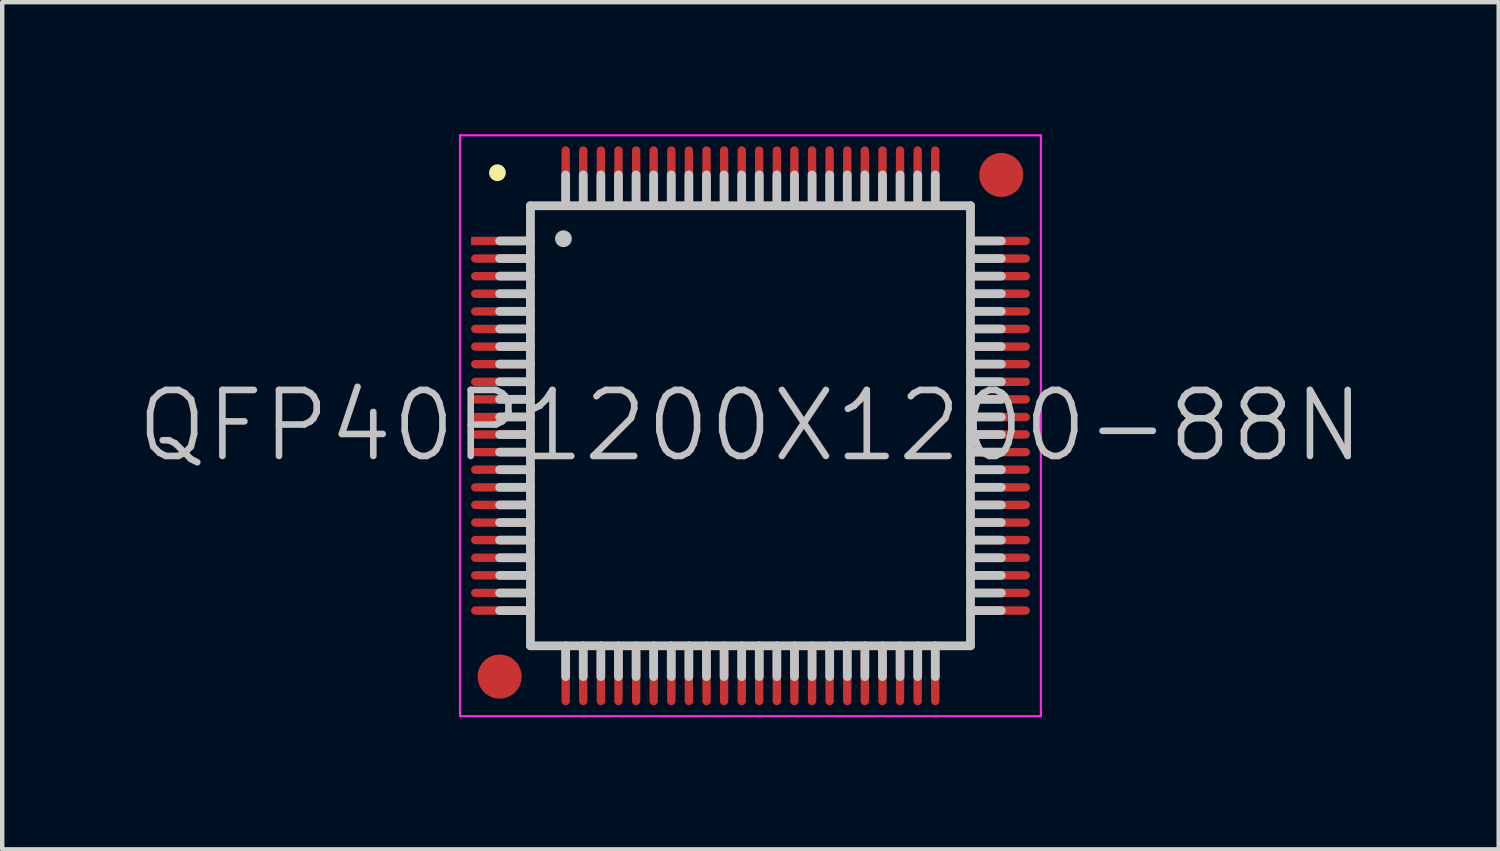
<source format=kicad_pcb>
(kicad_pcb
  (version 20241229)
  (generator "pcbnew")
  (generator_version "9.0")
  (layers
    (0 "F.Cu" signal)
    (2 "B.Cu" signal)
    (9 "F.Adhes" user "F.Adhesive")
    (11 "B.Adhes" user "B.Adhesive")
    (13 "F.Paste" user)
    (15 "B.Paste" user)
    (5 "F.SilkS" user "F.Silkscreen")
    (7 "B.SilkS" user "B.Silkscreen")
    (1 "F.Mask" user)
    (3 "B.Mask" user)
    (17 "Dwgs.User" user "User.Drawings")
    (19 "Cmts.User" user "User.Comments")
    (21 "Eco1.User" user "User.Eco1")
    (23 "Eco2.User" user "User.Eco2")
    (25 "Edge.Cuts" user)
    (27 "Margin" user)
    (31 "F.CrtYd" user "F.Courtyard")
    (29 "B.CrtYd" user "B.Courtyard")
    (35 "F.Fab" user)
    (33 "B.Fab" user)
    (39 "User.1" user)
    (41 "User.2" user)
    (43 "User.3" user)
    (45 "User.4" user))
  (footprint "QFP40P1200X1200-88N"
    (layer "F.Cu")
    (at 14.004 6.625)
    (property "Reference" "QFP40P1200X1200-88N" (at 0 0 0) (layer "Dwgs.User") (effects (font (size 1.5 1.5) (thickness 0.15))))
    (attr smd)
    (fp_line (start -5.75 -5.75) (end -5.75 -5.75) (stroke (width 0.381) (type solid)) (layer "F.SilkS"))
    (fp_line (start -5 -5) (end -5 5) (stroke (width 0.2) (type solid)) (layer "Dwgs.User"))
    (fp_line (start -5 -5) (end 5 -5) (stroke (width 0.2) (type solid)) (layer "Dwgs.User"))
    (fp_line (start -5 -4.2) (end -5.7 -4.2) (stroke (width 0.2) (type solid)) (layer "Dwgs.User"))
    (fp_line (start -5 -3.8) (end -5.7 -3.8) (stroke (width 0.2) (type solid)) (layer "Dwgs.User"))
    (fp_line (start -5 -3.4) (end -5.7 -3.4) (stroke (width 0.2) (type solid)) (layer "Dwgs.User"))
    (fp_line (start -5 -3) (end -5.7 -3) (stroke (width 0.2) (type solid)) (layer "Dwgs.User"))
    (fp_line (start -5 -2.6) (end -5.7 -2.6) (stroke (width 0.2) (type solid)) (layer "Dwgs.User"))
    (fp_line (start -5 -2.2) (end -5.7 -2.2) (stroke (width 0.2) (type solid)) (layer "Dwgs.User"))
    (fp_line (start -5 -1.8) (end -5.7 -1.8) (stroke (width 0.2) (type solid)) (layer "Dwgs.User"))
    (fp_line (start -5 -1.4) (end -5.7 -1.4) (stroke (width 0.2) (type solid)) (layer "Dwgs.User"))
    (fp_line (start -5 -1) (end -5.7 -1) (stroke (width 0.2) (type solid)) (layer "Dwgs.User"))
    (fp_line (start -5 -0.6) (end -5.7 -0.6) (stroke (width 0.2) (type solid)) (layer "Dwgs.User"))
    (fp_line (start -5 -0.2) (end -5.7 -0.2) (stroke (width 0.2) (type solid)) (layer "Dwgs.User"))
    (fp_line (start -5 0.2) (end -5.7 0.2) (stroke (width 0.2) (type solid)) (layer "Dwgs.User"))
    (fp_line (start -5 0.6) (end -5.7 0.6) (stroke (width 0.2) (type solid)) (layer "Dwgs.User"))
    (fp_line (start -5 1) (end -5.7 1) (stroke (width 0.2) (type solid)) (layer "Dwgs.User"))
    (fp_line (start -5 1.4) (end -5.7 1.4) (stroke (width 0.2) (type solid)) (layer "Dwgs.User"))
    (fp_line (start -5 1.8) (end -5.7 1.8) (stroke (width 0.2) (type solid)) (layer "Dwgs.User"))
    (fp_line (start -5 2.2) (end -5.7 2.2) (stroke (width 0.2) (type solid)) (layer "Dwgs.User"))
    (fp_line (start -5 2.6) (end -5.7 2.6) (stroke (width 0.2) (type solid)) (layer "Dwgs.User"))
    (fp_line (start -5 3) (end -5.7 3) (stroke (width 0.2) (type solid)) (layer "Dwgs.User"))
    (fp_line (start -5 3.4) (end -5.7 3.4) (stroke (width 0.2) (type solid)) (layer "Dwgs.User"))
    (fp_line (start -5 3.8) (end -5.7 3.8) (stroke (width 0.2) (type solid)) (layer "Dwgs.User"))
    (fp_line (start -5 4.2) (end -5.7 4.2) (stroke (width 0.2) (type solid)) (layer "Dwgs.User"))
    (fp_line (start -5 5) (end 5 5) (stroke (width 0.2) (type solid)) (layer "Dwgs.User"))
    (fp_line (start -4.25 -4.25) (end -4.25 -4.25) (stroke (width 0.381) (type solid)) (layer "Dwgs.User"))
    (fp_line (start -4.2 -5) (end -4.2 -5.7) (stroke (width 0.2) (type solid)) (layer "Dwgs.User"))
    (fp_line (start -4.2 5.7) (end -4.2 5) (stroke (width 0.2) (type solid)) (layer "Dwgs.User"))
    (fp_line (start -3.8 -5) (end -3.8 -5.7) (stroke (width 0.2) (type solid)) (layer "Dwgs.User"))
    (fp_line (start -3.8 5.7) (end -3.8 5) (stroke (width 0.2) (type solid)) (layer "Dwgs.User"))
    (fp_line (start -3.4 -5) (end -3.4 -5.7) (stroke (width 0.2) (type solid)) (layer "Dwgs.User"))
    (fp_line (start -3.4 5.7) (end -3.4 5) (stroke (width 0.2) (type solid)) (layer "Dwgs.User"))
    (fp_line (start -3 -5) (end -3 -5.7) (stroke (width 0.2) (type solid)) (layer "Dwgs.User"))
    (fp_line (start -3 5.7) (end -3 5) (stroke (width 0.2) (type solid)) (layer "Dwgs.User"))
    (fp_line (start -2.6 -5) (end -2.6 -5.7) (stroke (width 0.2) (type solid)) (layer "Dwgs.User"))
    (fp_line (start -2.6 5.7) (end -2.6 5) (stroke (width 0.2) (type solid)) (layer "Dwgs.User"))
    (fp_line (start -2.2 -5) (end -2.2 -5.7) (stroke (width 0.2) (type solid)) (layer "Dwgs.User"))
    (fp_line (start -2.2 5.7) (end -2.2 5) (stroke (width 0.2) (type solid)) (layer "Dwgs.User"))
    (fp_line (start -1.8 -5) (end -1.8 -5.7) (stroke (width 0.2) (type solid)) (layer "Dwgs.User"))
    (fp_line (start -1.8 5.7) (end -1.8 5) (stroke (width 0.2) (type solid)) (layer "Dwgs.User"))
    (fp_line (start -1.4 -5) (end -1.4 -5.7) (stroke (width 0.2) (type solid)) (layer "Dwgs.User"))
    (fp_line (start -1.4 5.7) (end -1.4 5) (stroke (width 0.2) (type solid)) (layer "Dwgs.User"))
    (fp_line (start -1 -5) (end -1 -5.7) (stroke (width 0.2) (type solid)) (layer "Dwgs.User"))
    (fp_line (start -1 5.7) (end -1 5) (stroke (width 0.2) (type solid)) (layer "Dwgs.User"))
    (fp_line (start -0.6 -5) (end -0.6 -5.7) (stroke (width 0.2) (type solid)) (layer "Dwgs.User"))
    (fp_line (start -0.6 5.7) (end -0.6 5) (stroke (width 0.2) (type solid)) (layer "Dwgs.User"))
    (fp_line (start -0.2 -5) (end -0.2 -5.7) (stroke (width 0.2) (type solid)) (layer "Dwgs.User"))
    (fp_line (start -0.2 5.7) (end -0.2 5) (stroke (width 0.2) (type solid)) (layer "Dwgs.User"))
    (fp_line (start 0.2 -5) (end 0.2 -5.7) (stroke (width 0.2) (type solid)) (layer "Dwgs.User"))
    (fp_line (start 0.2 5.7) (end 0.2 5) (stroke (width 0.2) (type solid)) (layer "Dwgs.User"))
    (fp_line (start 0.6 -5) (end 0.6 -5.7) (stroke (width 0.2) (type solid)) (layer "Dwgs.User"))
    (fp_line (start 0.6 5.7) (end 0.6 5) (stroke (width 0.2) (type solid)) (layer "Dwgs.User"))
    (fp_line (start 1 -5) (end 1 -5.7) (stroke (width 0.2) (type solid)) (layer "Dwgs.User"))
    (fp_line (start 1 5.7) (end 1 5) (stroke (width 0.2) (type solid)) (layer "Dwgs.User"))
    (fp_line (start 1.4 -5) (end 1.4 -5.7) (stroke (width 0.2) (type solid)) (layer "Dwgs.User"))
    (fp_line (start 1.4 5.7) (end 1.4 5) (stroke (width 0.2) (type solid)) (layer "Dwgs.User"))
    (fp_line (start 1.8 -5) (end 1.8 -5.7) (stroke (width 0.2) (type solid)) (layer "Dwgs.User"))
    (fp_line (start 1.8 5.7) (end 1.8 5) (stroke (width 0.2) (type solid)) (layer "Dwgs.User"))
    (fp_line (start 2.2 -5) (end 2.2 -5.7) (stroke (width 0.2) (type solid)) (layer "Dwgs.User"))
    (fp_line (start 2.2 5.7) (end 2.2 5) (stroke (width 0.2) (type solid)) (layer "Dwgs.User"))
    (fp_line (start 2.6 -5) (end 2.6 -5.7) (stroke (width 0.2) (type solid)) (layer "Dwgs.User"))
    (fp_line (start 2.6 5.7) (end 2.6 5) (stroke (width 0.2) (type solid)) (layer "Dwgs.User"))
    (fp_line (start 3 -5) (end 3 -5.7) (stroke (width 0.2) (type solid)) (layer "Dwgs.User"))
    (fp_line (start 3 5.7) (end 3 5) (stroke (width 0.2) (type solid)) (layer "Dwgs.User"))
    (fp_line (start 3.4 -5) (end 3.4 -5.7) (stroke (width 0.2) (type solid)) (layer "Dwgs.User"))
    (fp_line (start 3.4 5.7) (end 3.4 5) (stroke (width 0.2) (type solid)) (layer "Dwgs.User"))
    (fp_line (start 3.8 -5) (end 3.8 -5.7) (stroke (width 0.2) (type solid)) (layer "Dwgs.User"))
    (fp_line (start 3.8 5.7) (end 3.8 5) (stroke (width 0.2) (type solid)) (layer "Dwgs.User"))
    (fp_line (start 4.2 -5) (end 4.2 -5.7) (stroke (width 0.2) (type solid)) (layer "Dwgs.User"))
    (fp_line (start 4.2 5.7) (end 4.2 5) (stroke (width 0.2) (type solid)) (layer "Dwgs.User"))
    (fp_line (start 5 -5) (end 5 5) (stroke (width 0.2) (type solid)) (layer "Dwgs.User"))
    (fp_line (start 5.7 -4.2) (end 5 -4.2) (stroke (width 0.2) (type solid)) (layer "Dwgs.User"))
    (fp_line (start 5.7 -3.8) (end 5 -3.8) (stroke (width 0.2) (type solid)) (layer "Dwgs.User"))
    (fp_line (start 5.7 -3.4) (end 5 -3.4) (stroke (width 0.2) (type solid)) (layer "Dwgs.User"))
    (fp_line (start 5.7 -3) (end 5 -3) (stroke (width 0.2) (type solid)) (layer "Dwgs.User"))
    (fp_line (start 5.7 -2.6) (end 5 -2.6) (stroke (width 0.2) (type solid)) (layer "Dwgs.User"))
    (fp_line (start 5.7 -2.2) (end 5 -2.2) (stroke (width 0.2) (type solid)) (layer "Dwgs.User"))
    (fp_line (start 5.7 -1.8) (end 5 -1.8) (stroke (width 0.2) (type solid)) (layer "Dwgs.User"))
    (fp_line (start 5.7 -1.4) (end 5 -1.4) (stroke (width 0.2) (type solid)) (layer "Dwgs.User"))
    (fp_line (start 5.7 -1) (end 5 -1) (stroke (width 0.2) (type solid)) (layer "Dwgs.User"))
    (fp_line (start 5.7 -0.6) (end 5 -0.6) (stroke (width 0.2) (type solid)) (layer "Dwgs.User"))
    (fp_line (start 5.7 -0.2) (end 5 -0.2) (stroke (width 0.2) (type solid)) (layer "Dwgs.User"))
    (fp_line (start 5.7 0.2) (end 5 0.2) (stroke (width 0.2) (type solid)) (layer "Dwgs.User"))
    (fp_line (start 5.7 0.6) (end 5 0.6) (stroke (width 0.2) (type solid)) (layer "Dwgs.User"))
    (fp_line (start 5.7 1) (end 5 1) (stroke (width 0.2) (type solid)) (layer "Dwgs.User"))
    (fp_line (start 5.7 1.4) (end 5 1.4) (stroke (width 0.2) (type solid)) (layer "Dwgs.User"))
    (fp_line (start 5.7 1.8) (end 5 1.8) (stroke (width 0.2) (type solid)) (layer "Dwgs.User"))
    (fp_line (start 5.7 2.2) (end 5 2.2) (stroke (width 0.2) (type solid)) (layer "Dwgs.User"))
    (fp_line (start 5.7 2.6) (end 5 2.6) (stroke (width 0.2) (type solid)) (layer "Dwgs.User"))
    (fp_line (start 5.7 3) (end 5 3) (stroke (width 0.2) (type solid)) (layer "Dwgs.User"))
    (fp_line (start 5.7 3.4) (end 5 3.4) (stroke (width 0.2) (type solid)) (layer "Dwgs.User"))
    (fp_line (start 5.7 3.8) (end 5 3.8) (stroke (width 0.2) (type solid)) (layer "Dwgs.User"))
    (fp_line (start 5.7 4.2) (end 5 4.2) (stroke (width 0.2) (type solid)) (layer "Dwgs.User"))
    (fp_line (start -6.6 -6.6) (end -6.6 6.6) (stroke (width 0.05) (type solid)) (layer "F.CrtYd"))
    (fp_line (start -6.6 -6.6) (end 6.6 -6.6) (stroke (width 0.05) (type solid)) (layer "F.CrtYd"))
    (fp_line (start -6.6 6.6) (end 6.6 6.6) (stroke (width 0.05) (type solid)) (layer "F.CrtYd"))
    (fp_line (start 6.6 -6.6) (end 6.6 6.6) (stroke (width 0.05) (type solid)) (layer "F.CrtYd"))
    (pad "" smd circle (at -5.7 5.7) (size 1 1) (layers "F.Cu" "F.Mask"))
    (pad "" smd circle (at 5.7 -5.7) (size 1 1) (layers "F.Cu" "F.Mask"))
    (pad "1" smd rect (at -5.7 -4.199 90) (size 0.19 1.3) (layers "F.Cu" "F.Mask" "F.Paste"))
    (pad "2" smd oval (at -5.7 -3.8 90) (size 0.19 1.3) (layers "F.Cu" "F.Mask" "F.Paste"))
    (pad "3" smd oval (at -5.7 -3.399 90) (size 0.19 1.3) (layers "F.Cu" "F.Mask" "F.Paste"))
    (pad "4" smd oval (at -5.7 -3 90) (size 0.19 1.3) (layers "F.Cu" "F.Mask" "F.Paste"))
    (pad "5" smd oval (at -5.7 -2.598 90) (size 0.19 1.3) (layers "F.Cu" "F.Mask" "F.Paste"))
    (pad "6" smd oval (at -5.7 -2.2 90) (size 0.19 1.3) (layers "F.Cu" "F.Mask" "F.Paste"))
    (pad "7" smd oval (at -5.7 -1.798 90) (size 0.19 1.3) (layers "F.Cu" "F.Mask" "F.Paste"))
    (pad "8" smd oval (at -5.7 -1.4 90) (size 0.19 1.3) (layers "F.Cu" "F.Mask" "F.Paste"))
    (pad "9" smd oval (at -5.7 -0.998 90) (size 0.19 1.3) (layers "F.Cu" "F.Mask" "F.Paste"))
    (pad "10" smd oval (at -5.7 -0.599 90) (size 0.19 1.3) (layers "F.Cu" "F.Mask" "F.Paste"))
    (pad "11" smd oval (at -5.7 -0.198 90) (size 0.19 1.3) (layers "F.Cu" "F.Mask" "F.Paste"))
    (pad "12" smd oval (at -5.7 0.198 90) (size 0.19 1.3) (layers "F.Cu" "F.Mask" "F.Paste"))
    (pad "13" smd oval (at -5.7 0.599 90) (size 0.19 1.3) (layers "F.Cu" "F.Mask" "F.Paste"))
    (pad "14" smd oval (at -5.7 0.998 90) (size 0.19 1.3) (layers "F.Cu" "F.Mask" "F.Paste"))
    (pad "15" smd oval (at -5.7 1.4 90) (size 0.19 1.3) (layers "F.Cu" "F.Mask" "F.Paste"))
    (pad "16" smd oval (at -5.7 1.798 90) (size 0.19 1.3) (layers "F.Cu" "F.Mask" "F.Paste"))
    (pad "17" smd oval (at -5.7 2.2 90) (size 0.19 1.3) (layers "F.Cu" "F.Mask" "F.Paste"))
    (pad "18" smd oval (at -5.7 2.598 90) (size 0.19 1.3) (layers "F.Cu" "F.Mask" "F.Paste"))
    (pad "19" smd oval (at -5.7 3 90) (size 0.19 1.3) (layers "F.Cu" "F.Mask" "F.Paste"))
    (pad "20" smd oval (at -5.7 3.399 90) (size 0.19 1.3) (layers "F.Cu" "F.Mask" "F.Paste"))
    (pad "21" smd oval (at -5.7 3.8 90) (size 0.19 1.3) (layers "F.Cu" "F.Mask" "F.Paste"))
    (pad "22" smd oval (at -5.7 4.199 90) (size 0.19 1.3) (layers "F.Cu" "F.Mask" "F.Paste"))
    (pad "23" smd oval (at -4.199 5.7 180) (size 0.19 1.3) (layers "F.Cu" "F.Mask" "F.Paste"))
    (pad "24" smd oval (at -3.8 5.7 180) (size 0.19 1.3) (layers "F.Cu" "F.Mask" "F.Paste"))
    (pad "25" smd oval (at -3.399 5.7 180) (size 0.19 1.3) (layers "F.Cu" "F.Mask" "F.Paste"))
    (pad "26" smd oval (at -3 5.7 180) (size 0.19 1.3) (layers "F.Cu" "F.Mask" "F.Paste"))
    (pad "27" smd oval (at -2.598 5.7 180) (size 0.19 1.3) (layers "F.Cu" "F.Mask" "F.Paste"))
    (pad "28" smd oval (at -2.2 5.7 180) (size 0.19 1.3) (layers "F.Cu" "F.Mask" "F.Paste"))
    (pad "29" smd oval (at -1.798 5.7 180) (size 0.19 1.3) (layers "F.Cu" "F.Mask" "F.Paste"))
    (pad "30" smd oval (at -1.4 5.7 180) (size 0.19 1.3) (layers "F.Cu" "F.Mask" "F.Paste"))
    (pad "31" smd oval (at -0.998 5.7 180) (size 0.19 1.3) (layers "F.Cu" "F.Mask" "F.Paste"))
    (pad "32" smd oval (at -0.599 5.7 180) (size 0.19 1.3) (layers "F.Cu" "F.Mask" "F.Paste"))
    (pad "33" smd oval (at -0.198 5.7 180) (size 0.19 1.3) (layers "F.Cu" "F.Mask" "F.Paste"))
    (pad "34" smd oval (at 0.198 5.7 180) (size 0.19 1.3) (layers "F.Cu" "F.Mask" "F.Paste"))
    (pad "35" smd oval (at 0.599 5.7 180) (size 0.19 1.3) (layers "F.Cu" "F.Mask" "F.Paste"))
    (pad "36" smd oval (at 0.998 5.7 180) (size 0.19 1.3) (layers "F.Cu" "F.Mask" "F.Paste"))
    (pad "37" smd oval (at 1.4 5.7 180) (size 0.19 1.3) (layers "F.Cu" "F.Mask" "F.Paste"))
    (pad "38" smd oval (at 1.798 5.7 180) (size 0.19 1.3) (layers "F.Cu" "F.Mask" "F.Paste"))
    (pad "39" smd oval (at 2.2 5.7 180) (size 0.19 1.3) (layers "F.Cu" "F.Mask" "F.Paste"))
    (pad "40" smd oval (at 2.598 5.7 180) (size 0.19 1.3) (layers "F.Cu" "F.Mask" "F.Paste"))
    (pad "41" smd oval (at 3 5.7 180) (size 0.19 1.3) (layers "F.Cu" "F.Mask" "F.Paste"))
    (pad "42" smd oval (at 3.399 5.7 180) (size 0.19 1.3) (layers "F.Cu" "F.Mask" "F.Paste"))
    (pad "43" smd oval (at 3.8 5.7 180) (size 0.19 1.3) (layers "F.Cu" "F.Mask" "F.Paste"))
    (pad "44" smd oval (at 4.199 5.7 180) (size 0.19 1.3) (layers "F.Cu" "F.Mask" "F.Paste"))
    (pad "45" smd oval (at 5.7 4.199 270) (size 0.19 1.3) (layers "F.Cu" "F.Mask" "F.Paste"))
    (pad "46" smd oval (at 5.7 3.8 270) (size 0.19 1.3) (layers "F.Cu" "F.Mask" "F.Paste"))
    (pad "47" smd oval (at 5.7 3.399 270) (size 0.19 1.3) (layers "F.Cu" "F.Mask" "F.Paste"))
    (pad "48" smd oval (at 5.7 3 270) (size 0.19 1.3) (layers "F.Cu" "F.Mask" "F.Paste"))
    (pad "49" smd oval (at 5.7 2.598 270) (size 0.19 1.3) (layers "F.Cu" "F.Mask" "F.Paste"))
    (pad "50" smd oval (at 5.7 2.2 270) (size 0.19 1.3) (layers "F.Cu" "F.Mask" "F.Paste"))
    (pad "51" smd oval (at 5.7 1.798 270) (size 0.19 1.3) (layers "F.Cu" "F.Mask" "F.Paste"))
    (pad "52" smd oval (at 5.7 1.4 270) (size 0.19 1.3) (layers "F.Cu" "F.Mask" "F.Paste"))
    (pad "53" smd oval (at 5.7 0.998 270) (size 0.19 1.3) (layers "F.Cu" "F.Mask" "F.Paste"))
    (pad "54" smd oval (at 5.7 0.599 270) (size 0.19 1.3) (layers "F.Cu" "F.Mask" "F.Paste"))
    (pad "55" smd oval (at 5.7 0.198 270) (size 0.19 1.3) (layers "F.Cu" "F.Mask" "F.Paste"))
    (pad "56" smd oval (at 5.7 -0.198 270) (size 0.19 1.3) (layers "F.Cu" "F.Mask" "F.Paste"))
    (pad "57" smd oval (at 5.7 -0.599 270) (size 0.19 1.3) (layers "F.Cu" "F.Mask" "F.Paste"))
    (pad "58" smd oval (at 5.7 -0.998 270) (size 0.19 1.3) (layers "F.Cu" "F.Mask" "F.Paste"))
    (pad "59" smd oval (at 5.7 -1.4 270) (size 0.19 1.3) (layers "F.Cu" "F.Mask" "F.Paste"))
    (pad "60" smd oval (at 5.7 -1.798 270) (size 0.19 1.3) (layers "F.Cu" "F.Mask" "F.Paste"))
    (pad "61" smd oval (at 5.7 -2.2 270) (size 0.19 1.3) (layers "F.Cu" "F.Mask" "F.Paste"))
    (pad "62" smd oval (at 5.7 -2.598 270) (size 0.19 1.3) (layers "F.Cu" "F.Mask" "F.Paste"))
    (pad "63" smd oval (at 5.7 -3 270) (size 0.19 1.3) (layers "F.Cu" "F.Mask" "F.Paste"))
    (pad "64" smd oval (at 5.7 -3.399 270) (size 0.19 1.3) (layers "F.Cu" "F.Mask" "F.Paste"))
    (pad "65" smd oval (at 5.7 -3.8 270) (size 0.19 1.3) (layers "F.Cu" "F.Mask" "F.Paste"))
    (pad "66" smd oval (at 5.7 -4.199 270) (size 0.19 1.3) (layers "F.Cu" "F.Mask" "F.Paste"))
    (pad "67" smd oval (at 4.199 -5.7) (size 0.19 1.3) (layers "F.Cu" "F.Mask" "F.Paste"))
    (pad "68" smd oval (at 3.8 -5.7) (size 0.19 1.3) (layers "F.Cu" "F.Mask" "F.Paste"))
    (pad "69" smd oval (at 3.399 -5.7) (size 0.19 1.3) (layers "F.Cu" "F.Mask" "F.Paste"))
    (pad "70" smd oval (at 3 -5.7) (size 0.19 1.3) (layers "F.Cu" "F.Mask" "F.Paste"))
    (pad "71" smd oval (at 2.598 -5.7) (size 0.19 1.3) (layers "F.Cu" "F.Mask" "F.Paste"))
    (pad "72" smd oval (at 2.2 -5.7) (size 0.19 1.3) (layers "F.Cu" "F.Mask" "F.Paste"))
    (pad "73" smd oval (at 1.798 -5.7) (size 0.19 1.3) (layers "F.Cu" "F.Mask" "F.Paste"))
    (pad "74" smd oval (at 1.4 -5.7) (size 0.19 1.3) (layers "F.Cu" "F.Mask" "F.Paste"))
    (pad "75" smd oval (at 0.998 -5.7) (size 0.19 1.3) (layers "F.Cu" "F.Mask" "F.Paste"))
    (pad "76" smd oval (at 0.599 -5.7) (size 0.19 1.3) (layers "F.Cu" "F.Mask" "F.Paste"))
    (pad "77" smd oval (at 0.198 -5.7) (size 0.19 1.3) (layers "F.Cu" "F.Mask" "F.Paste"))
    (pad "78" smd oval (at -0.198 -5.7) (size 0.19 1.3) (layers "F.Cu" "F.Mask" "F.Paste"))
    (pad "79" smd oval (at -0.599 -5.7) (size 0.19 1.3) (layers "F.Cu" "F.Mask" "F.Paste"))
    (pad "80" smd oval (at -0.998 -5.7) (size 0.19 1.3) (layers "F.Cu" "F.Mask" "F.Paste"))
    (pad "81" smd oval (at -1.4 -5.7) (size 0.19 1.3) (layers "F.Cu" "F.Mask" "F.Paste"))
    (pad "82" smd oval (at -1.798 -5.7) (size 0.19 1.3) (layers "F.Cu" "F.Mask" "F.Paste"))
    (pad "83" smd oval (at -2.2 -5.7) (size 0.19 1.3) (layers "F.Cu" "F.Mask" "F.Paste"))
    (pad "84" smd oval (at -2.598 -5.7) (size 0.19 1.3) (layers "F.Cu" "F.Mask" "F.Paste"))
    (pad "85" smd oval (at -3 -5.7) (size 0.19 1.3) (layers "F.Cu" "F.Mask" "F.Paste"))
    (pad "86" smd oval (at -3.399 -5.7) (size 0.19 1.3) (layers "F.Cu" "F.Mask" "F.Paste"))
    (pad "87" smd oval (at -3.8 -5.7) (size 0.19 1.3) (layers "F.Cu" "F.Mask" "F.Paste"))
    (pad "88" smd oval (at -4.199 -5.7) (size 0.19 1.3) (layers "F.Cu" "F.Mask" "F.Paste")))
  (gr_rect
    (start -3 -3)
    (end 31.007 16.25)
    (stroke (width 0.1) (type default))
    (fill no)
    (layer "Edge.Cuts")))
</source>
